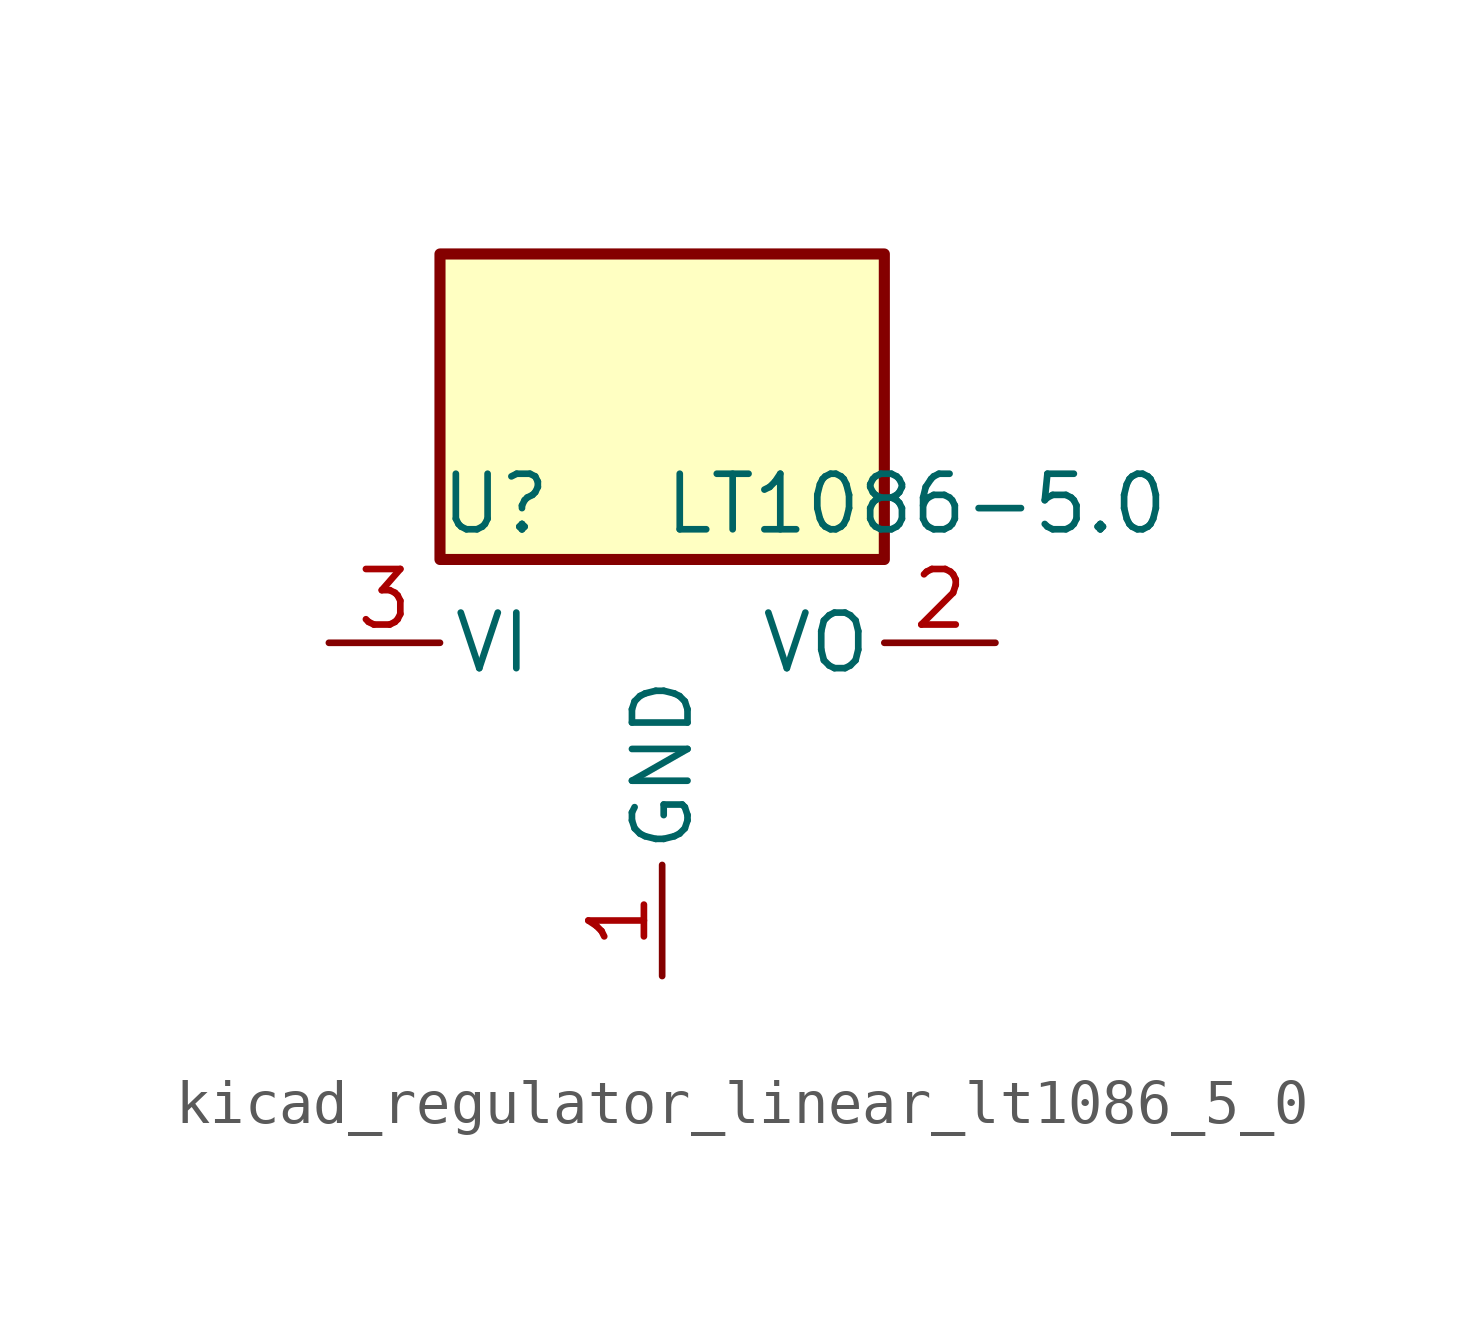
<source format=kicad_sym>
(kicad_symbol_lib
  (version 20220914)
  (generator kicad_symbol_editor)
  (symbol "kicad_regulator_linear_lt1086_5_0"
    (pin_names
      (offset 0.254))
    (property "Reference" "U"
      (at -3.81 3.175 0)
      (effects (font (size 1.27 1.27))))
    (property "Value" "LT1086-5.0"
      (at 0 3.175 0)
      (effects (font (size 1.27 1.27)) (justify left)))
    (symbol "kicad_regulator_linear_lt1086_5_0_0_1"
      (rectangle (start 5.08 8.89) (end -5.08 1.905) (stroke (width 0.254) (type default)) (fill (type background))))
    (symbol "kicad_regulator_linear_lt1086_5_0_1_1"
      (pin power_in line (at 0 -7.62 90) (length 2.54) (name "GND" (effects (font (size 1.27 1.27)))) (number "1" (effects (font (size 1.27 1.27)))))
      (pin power_out line (at 7.62 0 180) (length 2.54) (name "VO" (effects (font (size 1.27 1.27)))) (number "2" (effects (font (size 1.27 1.27)))))
      (pin power_in line (at -7.62 0 0) (length 2.54) (name "VI" (effects (font (size 1.27 1.27)))) (number "3" (effects (font (size 1.27 1.27))))))))
</source>
